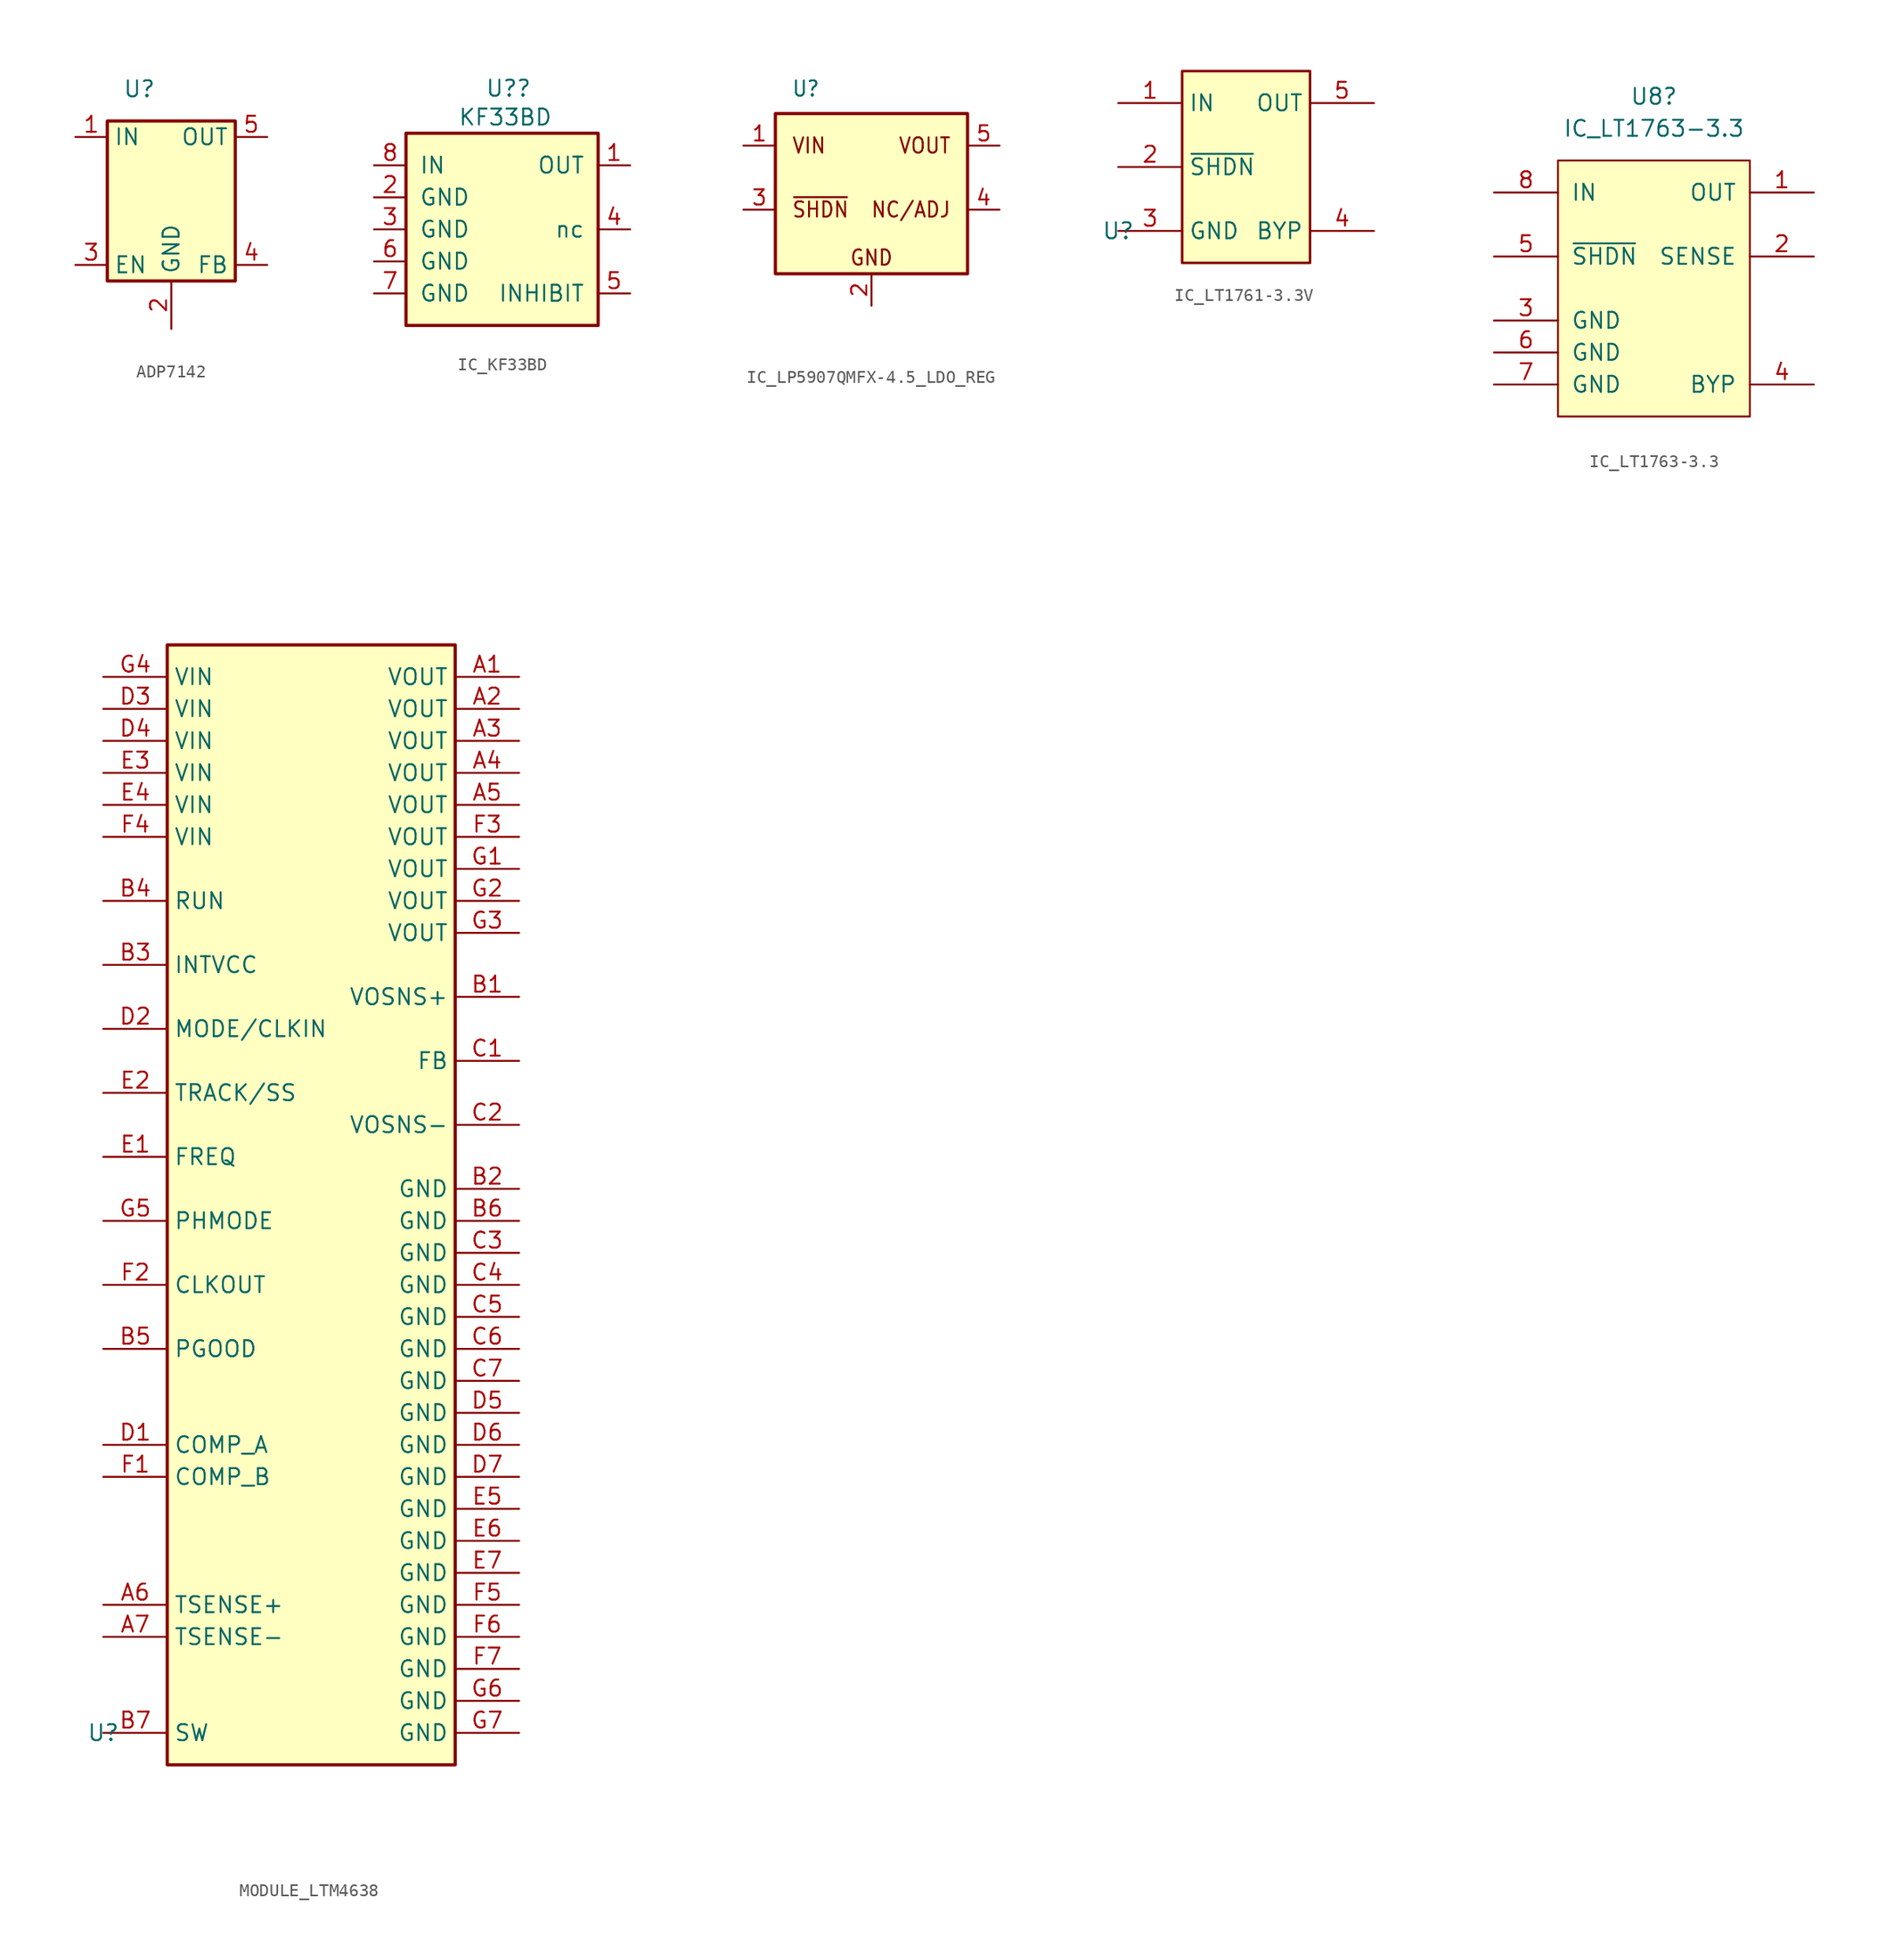
<source format=kicad_sym>
(kicad_symbol_lib
  (version 20231120)
  (generator "kicad_symbol_editor")
  (generator_version "8.0")
  (symbol "ADP7142"
    (property "Reference" "U"
      (at 5.08 13.97 0)
      (effects (font (size 1.27 1.27))))
    (property "Value" ""
      (at 3.81 3.81 0)
      (effects (font (size 1.27 1.27))))
    (symbol "ADP7142_1_1"
      (rectangle (start 2.54 11.43) (end 12.7 -1.27) (stroke (width 0.254) (type default)) (fill (type background)))
      (pin input line (at 0 10.16 0) (length 2.54) (name "IN" (effects (font (size 1.27 1.27)))) (number "1" (effects (font (size 1.27 1.27)))))
      (pin input line (at 7.62 -5.08 90) (length 3.81) (name "GND" (effects (font (size 1.27 1.27)))) (number "2" (effects (font (size 1.27 1.27)))))
      (pin input line (at 0 0 0) (length 2.54) (name "EN" (effects (font (size 1.27 1.27)))) (number "3" (effects (font (size 1.27 1.27)))))
      (pin input line (at 15.24 0 180) (length 2.54) (name "FB" (effects (font (size 1.27 1.27)))) (number "4" (effects (font (size 1.27 1.27)))))
      (pin input line (at 15.24 10.16 180) (length 2.54) (name "OUT" (effects (font (size 1.27 1.27)))) (number "5" (effects (font (size 1.27 1.27)))))))
  (symbol "IC_KF33BD"
    (pin_names
      (offset 1.016))
    (property "Reference" "U?"
      (at 10.668 16.256 0)
      (effects (font (size 1.27 1.27))))
    (property "Value" "KF33BD"
      (at 10.414 13.97 0)
      (effects (font (size 1.27 1.27))))
    (symbol "IC_KF33BD_0_1"
      (rectangle (start 2.54 12.7) (end 17.78 -2.54) (stroke (width 0.254) (type solid)) (fill (type background))))
    (symbol "IC_KF33BD_1_1"
      (pin passive line (at 20.32 10.16 180) (length 2.56) (name "OUT" (effects (font (size 1.27 1.27)))) (number "1" (effects (font (size 1.27 1.27)))))
      (pin passive line (at 0 7.62 0) (length 2.56) (name "GND" (effects (font (size 1.27 1.27)))) (number "2" (effects (font (size 1.27 1.27)))))
      (pin passive line (at 0 5.08 0) (length 2.56) (name "GND" (effects (font (size 1.27 1.27)))) (number "3" (effects (font (size 1.27 1.27)))))
      (pin passive line (at 20.32 5.08 180) (length 2.56) (name "nc" (effects (font (size 1.27 1.27)))) (number "4" (effects (font (size 1.27 1.27)))))
      (pin passive line (at 20.32 0 180) (length 2.56) (name "INHIBIT" (effects (font (size 1.27 1.27)))) (number "5" (effects (font (size 1.27 1.27)))))
      (pin passive line (at 0 2.54 0) (length 2.56) (name "GND" (effects (font (size 1.27 1.27)))) (number "6" (effects (font (size 1.27 1.27)))))
      (pin passive line (at 0 0 0) (length 2.56) (name "GND" (effects (font (size 1.27 1.27)))) (number "7" (effects (font (size 1.27 1.27)))))
      (pin passive line (at 0 10.16 0) (length 2.56) (name "IN" (effects (font (size 1.27 1.27)))) (number "8" (effects (font (size 1.27 1.27)))))))
  (symbol "IC_LP5907QMFX-4.5_LDO_REG"
    (property "Reference" "U"
      (at -6.35 16.51 0)
      (effects (font (size 1.206 1.092) (thickness 0.152)) (justify left bottom)))
    (property "Value" ""
      (at 0 -2.54 0)
      (effects (font (size 1.092 1.092) (thickness 0.152)) (justify left bottom)))
    (symbol "IC_LP5907QMFX-4.5_LDO_REG_1_0"
      (polyline (pts (xy -7.62 2.54) (xy 7.62 2.54) (xy 7.62 15.24) (xy -7.62 15.24) (xy -7.62 2.54)) (stroke (width 0.254) (type solid)) (fill (type background)))
      (text "GND" (at 0 3.81 0) (effects (font (size 1.206 1.092) (thickness 0.152))))
      (text "NC/ADJ" (at 6.35 7.62 0) (effects (font (size 1.206 1.092) (thickness 0.152)) (justify right)))
      (text "VIN" (at -6.35 12.7 0) (effects (font (size 1.206 1.092) (thickness 0.152)) (justify left)))
      (text "VOUT" (at 6.35 12.7 0) (effects (font (size 1.206 1.092) (thickness 0.152)) (justify right)))
      (text "~{SHDN}" (at -6.35 7.62 0) (effects (font (size 1.206 1.092) (thickness 0.152)) (justify left)))
      (pin passive line (at -10.16 12.7 0) (length 2.54) (name "" (effects (font (size 1.206 1.206)))) (number "1" (effects (font (size 1.206 1.206)))))
      (pin passive line (at 0 0 90) (length 2.54) (name "" (effects (font (size 1.206 1.206)))) (number "2" (effects (font (size 1.206 1.206)))))
      (pin passive line (at -10.16 7.62 0) (length 2.54) (name "" (effects (font (size 1.206 1.206)))) (number "3" (effects (font (size 1.206 1.206)))))
      (pin passive line (at 10.16 7.62 180) (length 2.54) (name "" (effects (font (size 1.206 1.206)))) (number "4" (effects (font (size 1.206 1.206)))))
      (pin passive line (at 10.16 12.7 180) (length 2.5) (name "" (effects (font (size 1.206 1.206)))) (number "5" (effects (font (size 1.206 1.206)))))))
  (symbol "IC_LT1761-3.3V"
    (property "Reference" "U"
      (at 0 0 0)
      (effects (font (size 1.27 1.27))))
    (property "Value" ""
      (at 0 0 0)
      (effects (font (size 1.27 1.27))))
    (symbol "IC_LT1761-3.3V_1_1"
      (rectangle (start 5.08 12.7) (end 15.24 -2.54) (stroke (width 0.2) (type default)) (fill (type background)))
      (pin passive line (at 0 10.16 0) (length 5.08) (name "IN" (effects (font (size 1.27 1.27)))) (number "1" (effects (font (size 1.27 1.27)))))
      (pin passive line (at 0 5.08 0) (length 5.08) (name "~{SHDN}" (effects (font (size 1.27 1.27)))) (number "2" (effects (font (size 1.27 1.27)))))
      (pin passive line (at 0 0 0) (length 5.08) (name "GND" (effects (font (size 1.27 1.27)))) (number "3" (effects (font (size 1.27 1.27)))))
      (pin passive line (at 20.32 0 180) (length 5.08) (name "BYP" (effects (font (size 1.27 1.27)))) (number "4" (effects (font (size 1.27 1.27)))))
      (pin passive line (at 20.32 10.16 180) (length 5.08) (name "OUT" (effects (font (size 1.27 1.27)))) (number "5" (effects (font (size 1.27 1.27)))))))
  (symbol "IC_LT1763-3.3"
    (pin_names
      (offset 1.016))
    (property "Reference" "U8"
      (at 12.7 22.86 0)
      (effects (font (size 1.27 1.27))))
    (property "Value" "IC_LT1763-3.3"
      (at 12.7 20.32 0)
      (effects (font (size 1.27 1.27))))
    (symbol "IC_LT1763-3.3_0_1"
      (rectangle (start 5.08 17.78) (end 20.32 -2.54) (stroke (width 0) (type solid)) (fill (type background))))
    (symbol "IC_LT1763-3.3_1_1"
      (pin passive line (at 25.4 15.24 180) (length 5.08) (name "OUT" (effects (font (size 1.27 1.27)))) (number "1" (effects (font (size 1.27 1.27)))))
      (pin passive line (at 25.4 10.16 180) (length 5.08) (name "SENSE" (effects (font (size 1.27 1.27)))) (number "2" (effects (font (size 1.27 1.27)))))
      (pin passive line (at 0 5.08 0) (length 5.08) (name "GND" (effects (font (size 1.27 1.27)))) (number "3" (effects (font (size 1.27 1.27)))))
      (pin passive line (at 25.4 0 180) (length 5.08) (name "BYP" (effects (font (size 1.27 1.27)))) (number "4" (effects (font (size 1.27 1.27)))))
      (pin passive line (at 0 10.16 0) (length 5.08) (name "~{SHDN}" (effects (font (size 1.27 1.27)))) (number "5" (effects (font (size 1.27 1.27)))))
      (pin passive line (at 0 2.54 0) (length 5.08) (name "GND" (effects (font (size 1.27 1.27)))) (number "6" (effects (font (size 1.27 1.27)))))
      (pin passive line (at 0 0 0) (length 5.08) (name "GND" (effects (font (size 1.27 1.27)))) (number "7" (effects (font (size 1.27 1.27)))))
      (pin passive line (at 0 15.24 0) (length 5.08) (name "IN" (effects (font (size 1.27 1.27)))) (number "8" (effects (font (size 1.27 1.27)))))))
  (symbol "MODULE_LTM4638"
    (property "Reference" "U"
      (at 0 0 0)
      (effects (font (size 1.27 1.27))))
    (property "Value" ""
      (at 0 0 0)
      (effects (font (size 1.27 1.27))))
    (symbol "MODULE_LTM4638_1_1"
      (rectangle (start 5.08 86.36) (end 27.94 -2.54) (stroke (width 0.254) (type default)) (fill (type background)))
      (pin passive line (at 33.02 83.82 180) (length 5.08) (name "VOUT" (effects (font (size 1.27 1.27)))) (number "A1" (effects (font (size 1.27 1.27)))))
      (pin passive line (at 33.02 81.28 180) (length 5.08) (name "VOUT" (effects (font (size 1.27 1.27)))) (number "A2" (effects (font (size 1.27 1.27)))))
      (pin passive line (at 33.02 78.74 180) (length 5.08) (name "VOUT" (effects (font (size 1.27 1.27)))) (number "A3" (effects (font (size 1.27 1.27)))))
      (pin passive line (at 33.02 76.2 180) (length 5.08) (name "VOUT" (effects (font (size 1.27 1.27)))) (number "A4" (effects (font (size 1.27 1.27)))))
      (pin passive line (at 33.02 73.66 180) (length 5.08) (name "VOUT" (effects (font (size 1.27 1.27)))) (number "A5" (effects (font (size 1.27 1.27)))))
      (pin passive line (at 0 10.16 0) (length 5.08) (name "TSENSE+" (effects (font (size 1.27 1.27)))) (number "A6" (effects (font (size 1.27 1.27)))))
      (pin passive line (at 0 7.62 0) (length 5.08) (name "TSENSE-" (effects (font (size 1.27 1.27)))) (number "A7" (effects (font (size 1.27 1.27)))))
      (pin passive line (at 33.02 58.42 180) (length 5.08) (name "VOSNS+" (effects (font (size 1.27 1.27)))) (number "B1" (effects (font (size 1.27 1.27)))))
      (pin passive line (at 33.02 43.18 180) (length 5.08) (name "GND" (effects (font (size 1.27 1.27)))) (number "B2" (effects (font (size 1.27 1.27)))))
      (pin passive line (at 0 60.96 0) (length 5.08) (name "INTVCC" (effects (font (size 1.27 1.27)))) (number "B3" (effects (font (size 1.27 1.27)))))
      (pin passive line (at 0 66.04 0) (length 5.08) (name "RUN" (effects (font (size 1.27 1.27)))) (number "B4" (effects (font (size 1.27 1.27)))))
      (pin passive line (at 0 30.48 0) (length 5.08) (name "PGOOD" (effects (font (size 1.27 1.27)))) (number "B5" (effects (font (size 1.27 1.27)))))
      (pin passive line (at 33.02 40.64 180) (length 5.08) (name "GND" (effects (font (size 1.27 1.27)))) (number "B6" (effects (font (size 1.27 1.27)))))
      (pin passive line (at 0 0 0) (length 5.08) (name "SW" (effects (font (size 1.27 1.27)))) (number "B7" (effects (font (size 1.27 1.27)))))
      (pin passive line (at 33.02 53.34 180) (length 5.08) (name "FB" (effects (font (size 1.27 1.27)))) (number "C1" (effects (font (size 1.27 1.27)))))
      (pin passive line (at 33.02 48.26 180) (length 5.08) (name "VOSNS-" (effects (font (size 1.27 1.27)))) (number "C2" (effects (font (size 1.27 1.27)))))
      (pin passive line (at 33.02 38.1 180) (length 5.08) (name "GND" (effects (font (size 1.27 1.27)))) (number "C3" (effects (font (size 1.27 1.27)))))
      (pin passive line (at 33.02 35.56 180) (length 5.08) (name "GND" (effects (font (size 1.27 1.27)))) (number "C4" (effects (font (size 1.27 1.27)))))
      (pin passive line (at 33.02 33.02 180) (length 5.08) (name "GND" (effects (font (size 1.27 1.27)))) (number "C5" (effects (font (size 1.27 1.27)))))
      (pin passive line (at 33.02 30.48 180) (length 5.08) (name "GND" (effects (font (size 1.27 1.27)))) (number "C6" (effects (font (size 1.27 1.27)))))
      (pin passive line (at 33.02 27.94 180) (length 5.08) (name "GND" (effects (font (size 1.27 1.27)))) (number "C7" (effects (font (size 1.27 1.27)))))
      (pin passive line (at 0 22.86 0) (length 5.08) (name "COMP_A" (effects (font (size 1.27 1.27)))) (number "D1" (effects (font (size 1.27 1.27)))))
      (pin passive line (at 0 55.88 0) (length 5.08) (name "MODE/CLKIN" (effects (font (size 1.27 1.27)))) (number "D2" (effects (font (size 1.27 1.27)))))
      (pin passive line (at 0 81.28 0) (length 5.08) (name "VIN" (effects (font (size 1.27 1.27)))) (number "D3" (effects (font (size 1.27 1.27)))))
      (pin passive line (at 0 78.74 0) (length 5.08) (name "VIN" (effects (font (size 1.27 1.27)))) (number "D4" (effects (font (size 1.27 1.27)))))
      (pin passive line (at 33.02 25.4 180) (length 5.08) (name "GND" (effects (font (size 1.27 1.27)))) (number "D5" (effects (font (size 1.27 1.27)))))
      (pin passive line (at 33.02 22.86 180) (length 5.08) (name "GND" (effects (font (size 1.27 1.27)))) (number "D6" (effects (font (size 1.27 1.27)))))
      (pin passive line (at 33.02 20.32 180) (length 5.08) (name "GND" (effects (font (size 1.27 1.27)))) (number "D7" (effects (font (size 1.27 1.27)))))
      (pin passive line (at 0 45.72 0) (length 5.08) (name "FREQ" (effects (font (size 1.27 1.27)))) (number "E1" (effects (font (size 1.27 1.27)))))
      (pin passive line (at 0 50.8 0) (length 5.08) (name "TRACK/SS" (effects (font (size 1.27 1.27)))) (number "E2" (effects (font (size 1.27 1.27)))))
      (pin passive line (at 0 76.2 0) (length 5.08) (name "VIN" (effects (font (size 1.27 1.27)))) (number "E3" (effects (font (size 1.27 1.27)))))
      (pin passive line (at 0 73.66 0) (length 5.08) (name "VIN" (effects (font (size 1.27 1.27)))) (number "E4" (effects (font (size 1.27 1.27)))))
      (pin passive line (at 33.02 17.78 180) (length 5.08) (name "GND" (effects (font (size 1.27 1.27)))) (number "E5" (effects (font (size 1.27 1.27)))))
      (pin passive line (at 33.02 15.24 180) (length 5.08) (name "GND" (effects (font (size 1.27 1.27)))) (number "E6" (effects (font (size 1.27 1.27)))))
      (pin passive line (at 33.02 12.7 180) (length 5.08) (name "GND" (effects (font (size 1.27 1.27)))) (number "E7" (effects (font (size 1.27 1.27)))))
      (pin passive line (at 0 20.32 0) (length 5.08) (name "COMP_B" (effects (font (size 1.27 1.27)))) (number "F1" (effects (font (size 1.27 1.27)))))
      (pin passive line (at 0 35.56 0) (length 5.08) (name "CLKOUT" (effects (font (size 1.27 1.27)))) (number "F2" (effects (font (size 1.27 1.27)))))
      (pin passive line (at 33.02 71.12 180) (length 5.08) (name "VOUT" (effects (font (size 1.27 1.27)))) (number "F3" (effects (font (size 1.27 1.27)))))
      (pin passive line (at 0 71.12 0) (length 5.08) (name "VIN" (effects (font (size 1.27 1.27)))) (number "F4" (effects (font (size 1.27 1.27)))))
      (pin passive line (at 33.02 10.16 180) (length 5.08) (name "GND" (effects (font (size 1.27 1.27)))) (number "F5" (effects (font (size 1.27 1.27)))))
      (pin passive line (at 33.02 7.62 180) (length 5.08) (name "GND" (effects (font (size 1.27 1.27)))) (number "F6" (effects (font (size 1.27 1.27)))))
      (pin passive line (at 33.02 5.08 180) (length 5.08) (name "GND" (effects (font (size 1.27 1.27)))) (number "F7" (effects (font (size 1.27 1.27)))))
      (pin passive line (at 33.02 68.58 180) (length 5.08) (name "VOUT" (effects (font (size 1.27 1.27)))) (number "G1" (effects (font (size 1.27 1.27)))))
      (pin passive line (at 33.02 66.04 180) (length 5.08) (name "VOUT" (effects (font (size 1.27 1.27)))) (number "G2" (effects (font (size 1.27 1.27)))))
      (pin passive line (at 33.02 63.5 180) (length 5.08) (name "VOUT" (effects (font (size 1.27 1.27)))) (number "G3" (effects (font (size 1.27 1.27)))))
      (pin passive line (at 0 83.82 0) (length 5.08) (name "VIN" (effects (font (size 1.27 1.27)))) (number "G4" (effects (font (size 1.27 1.27)))))
      (pin passive line (at 0 40.64 0) (length 5.08) (name "PHMODE" (effects (font (size 1.27 1.27)))) (number "G5" (effects (font (size 1.27 1.27)))))
      (pin passive line (at 33.02 2.54 180) (length 5.08) (name "GND" (effects (font (size 1.27 1.27)))) (number "G6" (effects (font (size 1.27 1.27)))))
      (pin passive line (at 33.02 0 180) (length 5.08) (name "GND" (effects (font (size 1.27 1.27)))) (number "G7" (effects (font (size 1.27 1.27))))))))
</source>
